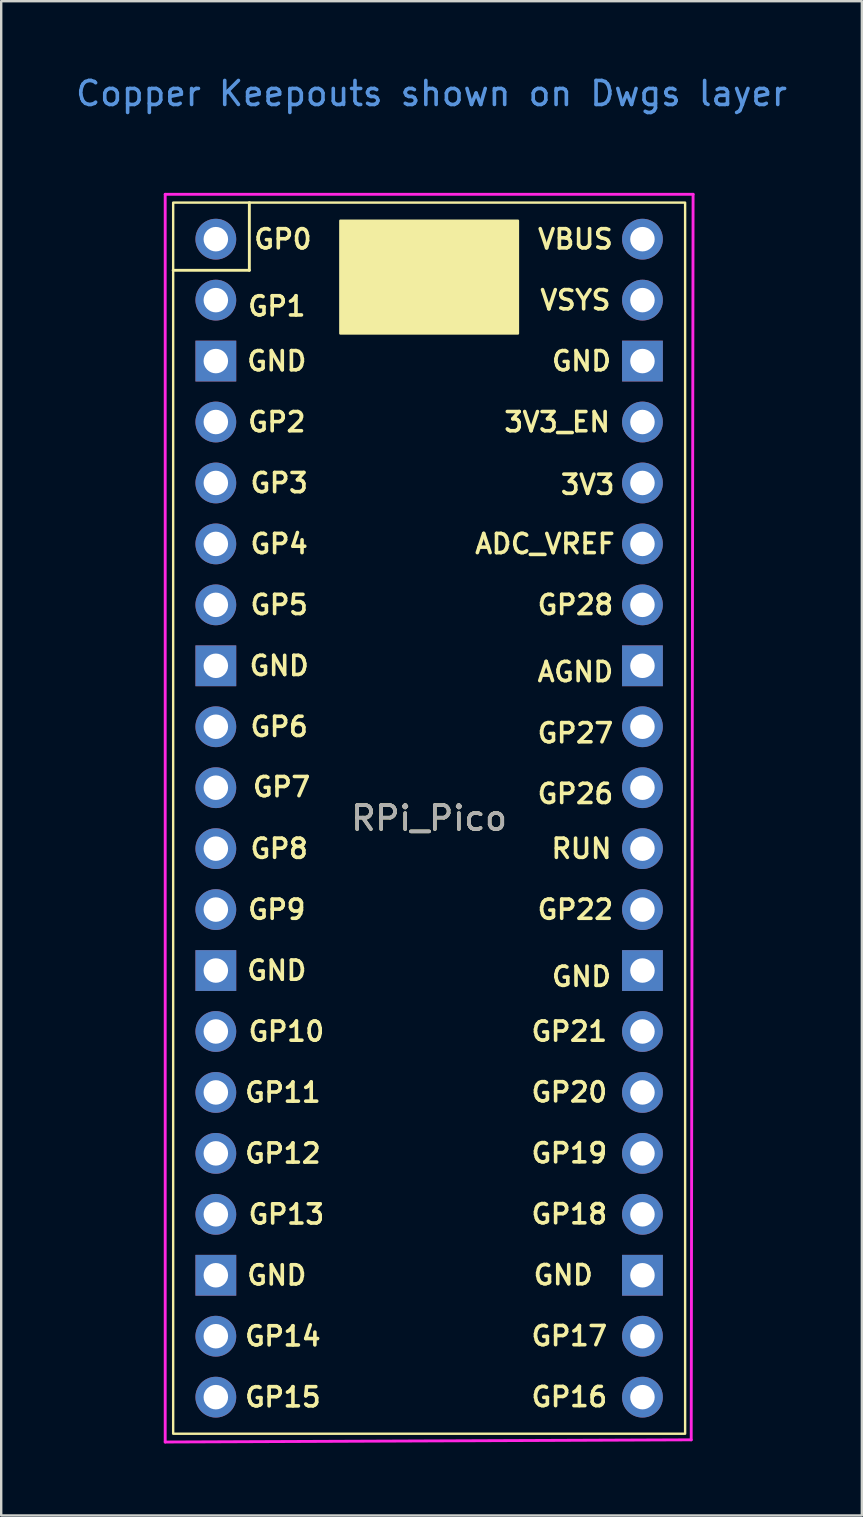
<source format=kicad_pcb>
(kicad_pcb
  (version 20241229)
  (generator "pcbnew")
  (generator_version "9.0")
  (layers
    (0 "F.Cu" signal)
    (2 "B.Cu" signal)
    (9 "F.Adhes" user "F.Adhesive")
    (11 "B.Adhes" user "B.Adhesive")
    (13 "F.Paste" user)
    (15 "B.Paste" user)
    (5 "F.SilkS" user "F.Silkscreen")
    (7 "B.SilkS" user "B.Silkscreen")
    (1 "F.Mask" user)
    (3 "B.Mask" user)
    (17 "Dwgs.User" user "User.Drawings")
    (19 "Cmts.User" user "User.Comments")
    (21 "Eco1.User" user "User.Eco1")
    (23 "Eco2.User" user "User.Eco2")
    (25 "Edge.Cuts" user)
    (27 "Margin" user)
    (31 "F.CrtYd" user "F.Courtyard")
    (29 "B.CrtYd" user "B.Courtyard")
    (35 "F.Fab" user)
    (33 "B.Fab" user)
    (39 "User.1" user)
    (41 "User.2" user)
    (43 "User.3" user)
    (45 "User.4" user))
  (footprint "RPi_Pico"
    (layer "F.Cu")
    (at 14.835 31.048)
    (property "Reference" "RPi_Pico" (at 0 0 0) (layer "F.SilkS") (effects (font (size 1 1) (thickness 0.15))))
    (attr through_hole)
    (fp_line (start -10.668 -22.833) (end -7.493 -22.833) (stroke (width 0.12) (type solid)) (layer "F.SilkS"))
    (fp_line (start -7.493 -22.833) (end -7.493 -25.654) (stroke (width 0.12) (type solid)) (layer "F.SilkS"))
    (fp_rect (start -10.668 -25.654) (end 10.668 25.654) (stroke (width 0.1) (type default)) (fill no) (layer "F.SilkS"))
    (fp_poly (pts (xy 3.7 -20.2) (xy -3.7 -20.2) (xy -3.7 -24.9) (xy 3.7 -24.9)) (stroke (width 0.1) (type solid)) (fill yes) (layer "F.SilkS"))
    (fp_line (start -11 -26) (end 11 -26) (stroke (width 0.12) (type solid)) (layer "F.CrtYd"))
    (fp_line (start -11 26) (end -11 -26) (stroke (width 0.12) (type solid)) (layer "F.CrtYd"))
    (fp_line (start 10.922 25.908) (end -11 26) (stroke (width 0.12) (type solid)) (layer "F.CrtYd"))
    (fp_line (start 11 -26) (end 10.922 25.908) (stroke (width 0.12) (type solid)) (layer "F.CrtYd"))
    (fp_text user "GP8" (at -6.25 1.27 0) (layer "F.SilkS") (effects (font (size 0.8 0.8) (thickness 0.15))))
    (fp_text user "GP27" (at 6.096 -3.546 0) (layer "F.SilkS") (effects (font (size 0.8 0.8) (thickness 0.15))))
    (fp_text user "GP21" (at 5.842 8.89 0) (layer "F.SilkS") (effects (font (size 0.8 0.8) (thickness 0.15))))
    (fp_text user "GND" (at -6.35 6.35 0) (layer "F.SilkS") (effects (font (size 0.8 0.8) (thickness 0.15))))
    (fp_text user "GP22" (at 6.096 3.81 0) (layer "F.SilkS") (effects (font (size 0.8 0.8) (thickness 0.15))))
    (fp_text user "ADC_VREF" (at 4.826 -11.43 0) (layer "F.SilkS") (effects (font (size 0.8 0.8) (thickness 0.15))))
    (fp_text user "GP0" (at -6.096 -24.13 0) (layer "F.SilkS") (effects (font (size 0.8 0.8) (thickness 0.15))))
    (fp_text user "GP28" (at 6.096 -8.89 0) (layer "F.SilkS") (effects (font (size 0.8 0.8) (thickness 0.15))))
    (fp_text user "3V3_EN" (at 5.334 -16.51 0) (layer "F.SilkS") (effects (font (size 0.8 0.8) (thickness 0.15))))
    (fp_text user "GP16" (at 5.842 24.12 0) (layer "F.SilkS") (effects (font (size 0.8 0.8) (thickness 0.15))))
    (fp_text user "GP18" (at 5.842 16.5 0) (layer "F.SilkS") (effects (font (size 0.8 0.8) (thickness 0.15))))
    (fp_text user "VSYS" (at 6.096 -21.59 0) (layer "F.SilkS") (effects (font (size 0.8 0.8) (thickness 0.15))))
    (fp_text user "GP26" (at 6.096 -1.016 0) (layer "F.SilkS") (effects (font (size 0.8 0.8) (thickness 0.15))))
    (fp_text user "GP2" (at -6.35 -16.51 0) (layer "F.SilkS") (effects (font (size 0.8 0.8) (thickness 0.15))))
    (fp_text user "GP13" (at -5.95 16.51 0) (layer "F.SilkS") (effects (font (size 0.8 0.8) (thickness 0.15))))
    (fp_text user "GP9" (at -6.35 3.81 0) (layer "F.SilkS") (effects (font (size 0.8 0.8) (thickness 0.15))))
    (fp_text user "GP1" (at -6.35 -21.336 0) (layer "F.SilkS") (effects (font (size 0.8 0.8) (thickness 0.15))))
    (fp_text user "GP17" (at 5.842 21.58 0) (layer "F.SilkS") (effects (font (size 0.8 0.8) (thickness 0.15))))
    (fp_text user "GND" (at 5.588 19.04 0) (layer "F.SilkS") (effects (font (size 0.8 0.8) (thickness 0.15))))
    (fp_text user "GP20" (at 5.842 11.42 0) (layer "F.SilkS") (effects (font (size 0.8 0.8) (thickness 0.15))))
    (fp_text user "GP19" (at 5.842 13.96 0) (layer "F.SilkS") (effects (font (size 0.8 0.8) (thickness 0.15))))
    (fp_text user "GP7" (at -6.15 -1.3 0) (layer "F.SilkS") (effects (font (size 0.8 0.8) (thickness 0.15))))
    (fp_text user "GP4" (at -6.25 -11.43 0) (layer "F.SilkS") (effects (font (size 0.8 0.8) (thickness 0.15))))
    (fp_text user "GP3" (at -6.25 -13.97 0) (layer "F.SilkS") (effects (font (size 0.8 0.8) (thickness 0.15))))
    (fp_text user "RUN" (at 6.35 1.27 0) (layer "F.SilkS") (effects (font (size 0.8 0.8) (thickness 0.15))))
    (fp_text user "GP15" (at -6.096 24.13 0) (layer "F.SilkS") (effects (font (size 0.8 0.8) (thickness 0.15))))
    (fp_text user "GP6" (at -6.25 -3.81 0) (layer "F.SilkS") (effects (font (size 0.8 0.8) (thickness 0.15))))
    (fp_text user "GP5" (at -6.25 -8.89 0) (layer "F.SilkS") (effects (font (size 0.8 0.8) (thickness 0.15))))
    (fp_text user "GND" (at -6.25 -6.35 0) (layer "F.SilkS") (effects (font (size 0.8 0.8) (thickness 0.15))))
    (fp_text user "GP12" (at -6.096 13.97 0) (layer "F.SilkS") (effects (font (size 0.8 0.8) (thickness 0.15))))
    (fp_text user "GND" (at 6.35 6.604 0) (layer "F.SilkS") (effects (font (size 0.8 0.8) (thickness 0.15))))
    (fp_text user "GND" (at -6.35 19.05 0) (layer "F.SilkS") (effects (font (size 0.8 0.8) (thickness 0.15))))
    (fp_text user "GP11" (at -6.096 11.43 0) (layer "F.SilkS") (effects (font (size 0.8 0.8) (thickness 0.15))))
    (fp_text user "GP14" (at -6.096 21.59 0) (layer "F.SilkS") (effects (font (size 0.8 0.8) (thickness 0.15))))
    (fp_text user "GP10" (at -5.95 8.89 0) (layer "F.SilkS") (effects (font (size 0.8 0.8) (thickness 0.15))))
    (fp_text user "GND" (at -6.35 -19.05 0) (layer "F.SilkS") (effects (font (size 0.8 0.8) (thickness 0.15))))
    (fp_text user "GND" (at 6.35 -19.05 0) (layer "F.SilkS") (effects (font (size 0.8 0.8) (thickness 0.15))))
    (fp_text user "AGND" (at 6.096 -6.096 0) (layer "F.SilkS") (effects (font (size 0.8 0.8) (thickness 0.15))))
    (fp_text user "3V3" (at 6.604 -13.9 0) (layer "F.SilkS") (effects (font (size 0.8 0.8) (thickness 0.15))))
    (fp_text user "VBUS" (at 6.096 -24.13 0) (layer "F.SilkS") (effects (font (size 0.8 0.8) (thickness 0.15))))
    (fp_text user "Copper Keepouts shown on Dwgs layer" (at 0.1 -30.2 0) (layer "Cmts.User") (effects (font (size 1 1) (thickness 0.15))))
    (fp_text user "${REFERENCE}" (at 0 0 180) (layer "F.Fab") (effects (font (size 1 1) (thickness 0.15))))
    (pad "1" thru_hole oval (at -8.89 -24.13) (size 1.7 1.7) (drill 1.02) (layers "*.Cu" "*.Mask"))
    (pad "2" thru_hole oval (at -8.89 -21.59) (size 1.7 1.7) (drill 1.02) (layers "*.Cu" "*.Mask"))
    (pad "3" thru_hole rect (at -8.89 -19.05) (size 1.7 1.7) (drill 1.02) (layers "*.Cu" "*.Mask"))
    (pad "4" thru_hole oval (at -8.89 -16.51) (size 1.7 1.7) (drill 1.02) (layers "*.Cu" "*.Mask"))
    (pad "5" thru_hole oval (at -8.89 -13.97) (size 1.7 1.7) (drill 1.02) (layers "*.Cu" "*.Mask"))
    (pad "6" thru_hole oval (at -8.89 -11.43) (size 1.7 1.7) (drill 1.02) (layers "*.Cu" "*.Mask"))
    (pad "7" thru_hole oval (at -8.89 -8.89) (size 1.7 1.7) (drill 1.02) (layers "*.Cu" "*.Mask"))
    (pad "8" thru_hole rect (at -8.89 -6.35) (size 1.7 1.7) (drill 1.02) (layers "*.Cu" "*.Mask"))
    (pad "9" thru_hole oval (at -8.89 -3.81) (size 1.7 1.7) (drill 1.02) (layers "*.Cu" "*.Mask"))
    (pad "10" thru_hole oval (at -8.89 -1.27) (size 1.7 1.7) (drill 1.02) (layers "*.Cu" "*.Mask"))
    (pad "11" thru_hole oval (at -8.89 1.27) (size 1.7 1.7) (drill 1.02) (layers "*.Cu" "*.Mask"))
    (pad "12" thru_hole oval (at -8.89 3.81) (size 1.7 1.7) (drill 1.02) (layers "*.Cu" "*.Mask"))
    (pad "13" thru_hole rect (at -8.89 6.35) (size 1.7 1.7) (drill 1.02) (layers "*.Cu" "*.Mask"))
    (pad "14" thru_hole oval (at -8.89 8.89) (size 1.7 1.7) (drill 1.02) (layers "*.Cu" "*.Mask"))
    (pad "15" thru_hole oval (at -8.89 11.43) (size 1.7 1.7) (drill 1.02) (layers "*.Cu" "*.Mask"))
    (pad "16" thru_hole oval (at -8.89 13.97) (size 1.7 1.7) (drill 1.02) (layers "*.Cu" "*.Mask"))
    (pad "17" thru_hole oval (at -8.89 16.51) (size 1.7 1.7) (drill 1.02) (layers "*.Cu" "*.Mask"))
    (pad "18" thru_hole rect (at -8.89 19.05) (size 1.7 1.7) (drill 1.02) (layers "*.Cu" "*.Mask"))
    (pad "19" thru_hole oval (at -8.89 21.59) (size 1.7 1.7) (drill 1.02) (layers "*.Cu" "*.Mask"))
    (pad "20" thru_hole oval (at -8.89 24.13) (size 1.7 1.7) (drill 1.02) (layers "*.Cu" "*.Mask"))
    (pad "21" thru_hole oval (at 8.89 24.13) (size 1.7 1.7) (drill 1.02) (layers "*.Cu" "*.Mask"))
    (pad "22" thru_hole oval (at 8.89 21.59) (size 1.7 1.7) (drill 1.02) (layers "*.Cu" "*.Mask"))
    (pad "23" thru_hole rect (at 8.89 19.05) (size 1.7 1.7) (drill 1.02) (layers "*.Cu" "*.Mask"))
    (pad "24" thru_hole oval (at 8.89 16.51) (size 1.7 1.7) (drill 1.02) (layers "*.Cu" "*.Mask"))
    (pad "25" thru_hole oval (at 8.89 13.97) (size 1.7 1.7) (drill 1.02) (layers "*.Cu" "*.Mask"))
    (pad "26" thru_hole oval (at 8.89 11.43) (size 1.7 1.7) (drill 1.02) (layers "*.Cu" "*.Mask"))
    (pad "27" thru_hole oval (at 8.89 8.89) (size 1.7 1.7) (drill 1.02) (layers "*.Cu" "*.Mask"))
    (pad "28" thru_hole rect (at 8.89 6.35) (size 1.7 1.7) (drill 1.02) (layers "*.Cu" "*.Mask"))
    (pad "29" thru_hole oval (at 8.89 3.81) (size 1.7 1.7) (drill 1.02) (layers "*.Cu" "*.Mask"))
    (pad "30" thru_hole oval (at 8.89 1.27) (size 1.7 1.7) (drill 1.02) (layers "*.Cu" "*.Mask"))
    (pad "31" thru_hole oval (at 8.89 -1.27) (size 1.7 1.7) (drill 1.02) (layers "*.Cu" "*.Mask"))
    (pad "32" thru_hole oval (at 8.89 -3.81) (size 1.7 1.7) (drill 1.02) (layers "*.Cu" "*.Mask"))
    (pad "33" thru_hole rect (at 8.89 -6.35) (size 1.7 1.7) (drill 1.02) (layers "*.Cu" "*.Mask"))
    (pad "34" thru_hole oval (at 8.89 -8.89) (size 1.7 1.7) (drill 1.02) (layers "*.Cu" "*.Mask"))
    (pad "35" thru_hole oval (at 8.89 -11.43) (size 1.7 1.7) (drill 1.02) (layers "*.Cu" "*.Mask"))
    (pad "36" thru_hole oval (at 8.89 -13.97) (size 1.7 1.7) (drill 1.02) (layers "*.Cu" "*.Mask"))
    (pad "37" thru_hole oval (at 8.89 -16.51) (size 1.7 1.7) (drill 1.02) (layers "*.Cu" "*.Mask"))
    (pad "38" thru_hole rect (at 8.89 -19.05) (size 1.7 1.7) (drill 1.02) (layers "*.Cu" "*.Mask"))
    (pad "39" thru_hole oval (at 8.89 -21.59) (size 1.7 1.7) (drill 1.02) (layers "*.Cu" "*.Mask"))
    (pad "40" thru_hole oval (at 8.89 -24.13) (size 1.7 1.7) (drill 1.02) (layers "*.Cu" "*.Mask")))
  (gr_rect
    (start -3 -3)
    (end 32.869 60.108)
    (stroke (width 0.1) (type default))
    (fill no)
    (layer "Edge.Cuts")))
</source>
